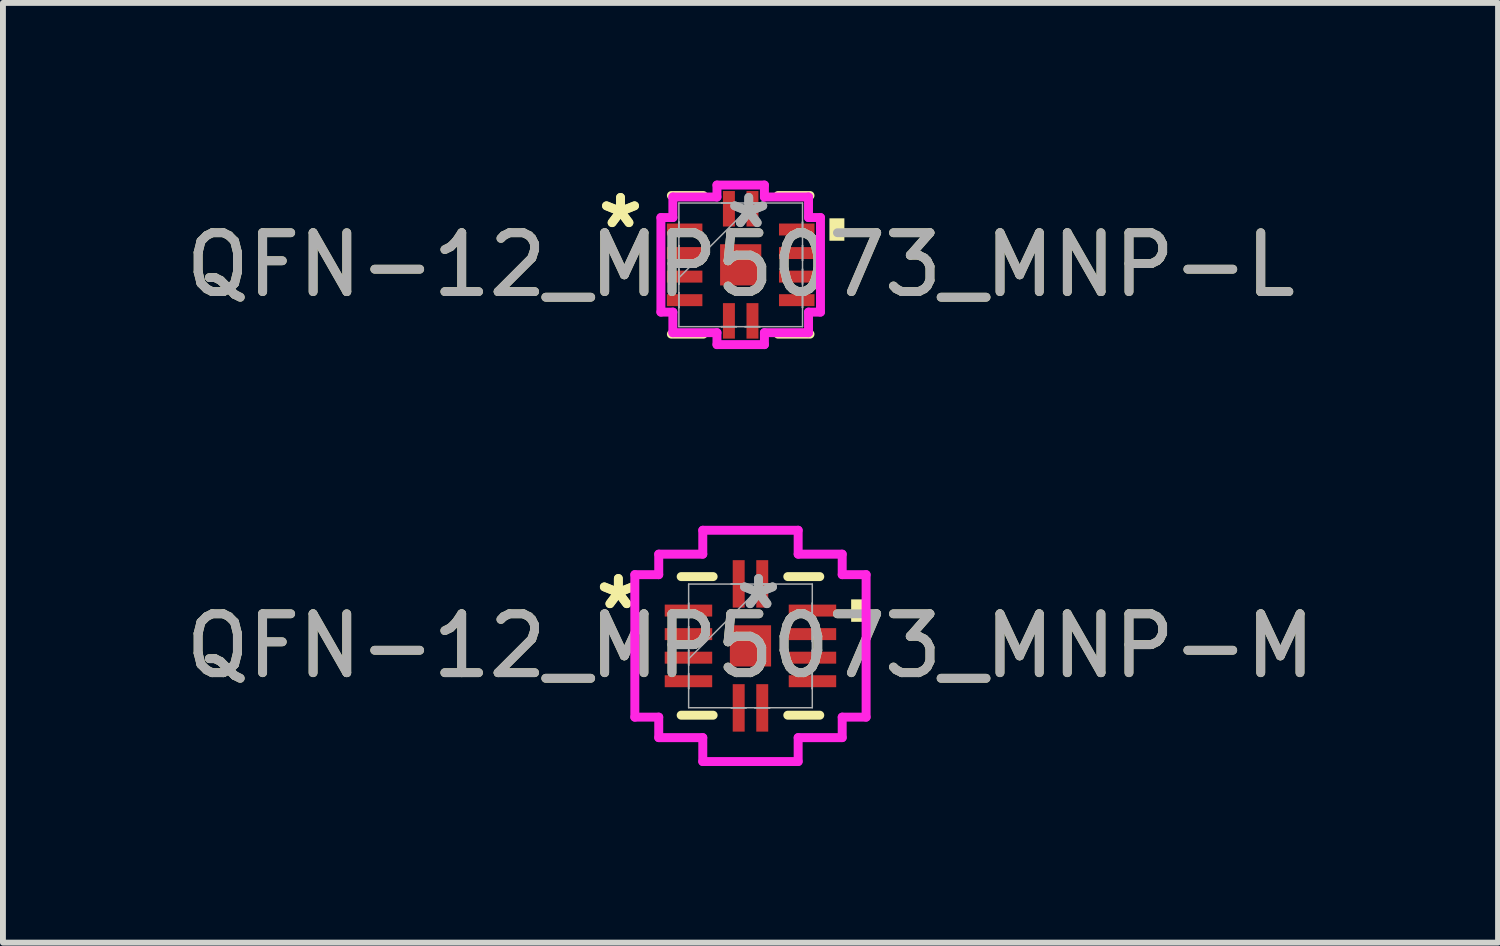
<source format=kicad_pcb>
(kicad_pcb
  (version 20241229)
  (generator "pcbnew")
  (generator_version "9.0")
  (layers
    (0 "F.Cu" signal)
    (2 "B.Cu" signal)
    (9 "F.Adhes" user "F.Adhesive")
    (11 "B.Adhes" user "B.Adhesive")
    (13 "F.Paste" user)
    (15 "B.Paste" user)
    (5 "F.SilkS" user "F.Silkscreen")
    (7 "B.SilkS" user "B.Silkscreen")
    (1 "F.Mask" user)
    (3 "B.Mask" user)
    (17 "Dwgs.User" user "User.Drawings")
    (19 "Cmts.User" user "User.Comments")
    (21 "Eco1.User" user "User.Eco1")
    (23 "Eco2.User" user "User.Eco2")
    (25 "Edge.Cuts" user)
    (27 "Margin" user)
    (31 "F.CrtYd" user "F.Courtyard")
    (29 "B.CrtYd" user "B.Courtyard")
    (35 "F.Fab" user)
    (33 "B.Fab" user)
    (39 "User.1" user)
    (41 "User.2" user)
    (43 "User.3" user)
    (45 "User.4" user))
  (footprint "QFN-12_MP5073_MNP-L"
    (layer "F.Cu")
    (at 9.53 1.448)
    (property "Reference" "QFN-12_MP5073_MNP-L" (at 0 0 0) (unlocked yes) (layer "F.SilkS") (effects (font (size 1 1) (thickness 0.15))))
    (attr smd)
    (fp_line (start -1.177 1.177) (end -0.634 1.177) (stroke (width 0.152) (type solid)) (layer "F.SilkS"))
    (fp_line (start -0.634 -1.177) (end -1.177 -1.177) (stroke (width 0.152) (type solid)) (layer "F.SilkS"))
    (fp_line (start 0.634 1.177) (end 1.177 1.177) (stroke (width 0.152) (type solid)) (layer "F.SilkS"))
    (fp_line (start 1.177 -1.177) (end 0.634 -1.177) (stroke (width 0.152) (type solid)) (layer "F.SilkS"))
    (fp_poly (pts (xy 1.761 -0.79) (xy 1.761 -0.409) (xy 1.507 -0.409) (xy 1.507 -0.79)) (stroke (width 0) (type solid)) (fill yes) (layer "F.SilkS"))
    (fp_line (start -1.355 -0.803) (end -1.152 -0.803) (stroke (width 0.152) (type solid)) (layer "F.CrtYd"))
    (fp_line (start -1.355 0.803) (end -1.355 -0.803) (stroke (width 0.152) (type solid)) (layer "F.CrtYd"))
    (fp_line (start -1.152 -1.152) (end -0.403 -1.152) (stroke (width 0.152) (type solid)) (layer "F.CrtYd"))
    (fp_line (start -1.152 -0.803) (end -1.152 -1.152) (stroke (width 0.152) (type solid)) (layer "F.CrtYd"))
    (fp_line (start -1.152 0.803) (end -1.355 0.803) (stroke (width 0.152) (type solid)) (layer "F.CrtYd"))
    (fp_line (start -1.152 1.152) (end -1.152 0.803) (stroke (width 0.152) (type solid)) (layer "F.CrtYd"))
    (fp_line (start -0.403 -1.355) (end 0.403 -1.355) (stroke (width 0.152) (type solid)) (layer "F.CrtYd"))
    (fp_line (start -0.403 -1.152) (end -0.403 -1.355) (stroke (width 0.152) (type solid)) (layer "F.CrtYd"))
    (fp_line (start -0.403 1.152) (end -1.152 1.152) (stroke (width 0.152) (type solid)) (layer "F.CrtYd"))
    (fp_line (start -0.403 1.355) (end -0.403 1.152) (stroke (width 0.152) (type solid)) (layer "F.CrtYd"))
    (fp_line (start 0.403 -1.355) (end 0.403 -1.152) (stroke (width 0.152) (type solid)) (layer "F.CrtYd"))
    (fp_line (start 0.403 -1.152) (end 1.152 -1.152) (stroke (width 0.152) (type solid)) (layer "F.CrtYd"))
    (fp_line (start 0.403 1.152) (end 0.403 1.355) (stroke (width 0.152) (type solid)) (layer "F.CrtYd"))
    (fp_line (start 0.403 1.355) (end -0.403 1.355) (stroke (width 0.152) (type solid)) (layer "F.CrtYd"))
    (fp_line (start 1.152 -1.152) (end 1.152 -0.803) (stroke (width 0.152) (type solid)) (layer "F.CrtYd"))
    (fp_line (start 1.152 -0.803) (end 1.355 -0.803) (stroke (width 0.152) (type solid)) (layer "F.CrtYd"))
    (fp_line (start 1.152 0.803) (end 1.152 1.152) (stroke (width 0.152) (type solid)) (layer "F.CrtYd"))
    (fp_line (start 1.152 1.152) (end 0.403 1.152) (stroke (width 0.152) (type solid)) (layer "F.CrtYd"))
    (fp_line (start 1.355 -0.803) (end 1.355 0.803) (stroke (width 0.152) (type solid)) (layer "F.CrtYd"))
    (fp_line (start 1.355 0.803) (end 1.152 0.803) (stroke (width 0.152) (type solid)) (layer "F.CrtYd"))
    (fp_line (start -1.05 -1.05) (end -1.05 1.05) (stroke (width 0.025) (type solid)) (layer "F.Fab"))
    (fp_line (start -1.05 -0.727) (end -1.05 -0.727) (stroke (width 0.025) (type solid)) (layer "F.Fab"))
    (fp_line (start -1.05 -0.727) (end -1.05 -0.473) (stroke (width 0.025) (type solid)) (layer "F.Fab"))
    (fp_line (start -1.05 -0.473) (end -1.05 -0.727) (stroke (width 0.025) (type solid)) (layer "F.Fab"))
    (fp_line (start -1.05 -0.473) (end -1.05 -0.473) (stroke (width 0.025) (type solid)) (layer "F.Fab"))
    (fp_line (start -1.05 -0.327) (end -1.05 -0.327) (stroke (width 0.025) (type solid)) (layer "F.Fab"))
    (fp_line (start -1.05 -0.327) (end -1.05 -0.073) (stroke (width 0.025) (type solid)) (layer "F.Fab"))
    (fp_line (start -1.05 -0.073) (end -1.05 -0.327) (stroke (width 0.025) (type solid)) (layer "F.Fab"))
    (fp_line (start -1.05 -0.073) (end -1.05 -0.073) (stroke (width 0.025) (type solid)) (layer "F.Fab"))
    (fp_line (start -1.05 0.073) (end -1.05 0.073) (stroke (width 0.025) (type solid)) (layer "F.Fab"))
    (fp_line (start -1.05 0.073) (end -1.05 0.327) (stroke (width 0.025) (type solid)) (layer "F.Fab"))
    (fp_line (start -1.05 0.22) (end 0.22 -1.05) (stroke (width 0.025) (type solid)) (layer "F.Fab"))
    (fp_line (start -1.05 0.327) (end -1.05 0.073) (stroke (width 0.025) (type solid)) (layer "F.Fab"))
    (fp_line (start -1.05 0.327) (end -1.05 0.327) (stroke (width 0.025) (type solid)) (layer "F.Fab"))
    (fp_line (start -1.05 0.473) (end -1.05 0.473) (stroke (width 0.025) (type solid)) (layer "F.Fab"))
    (fp_line (start -1.05 0.473) (end -1.05 0.727) (stroke (width 0.025) (type solid)) (layer "F.Fab"))
    (fp_line (start -1.05 0.727) (end -1.05 0.473) (stroke (width 0.025) (type solid)) (layer "F.Fab"))
    (fp_line (start -1.05 0.727) (end -1.05 0.727) (stroke (width 0.025) (type solid)) (layer "F.Fab"))
    (fp_line (start -1.05 1.05) (end 1.05 1.05) (stroke (width 0.025) (type solid)) (layer "F.Fab"))
    (fp_line (start -0.327 -1.05) (end -0.327 -1.05) (stroke (width 0.025) (type solid)) (layer "F.Fab"))
    (fp_line (start -0.327 -1.05) (end -0.073 -1.05) (stroke (width 0.025) (type solid)) (layer "F.Fab"))
    (fp_line (start -0.327 1.05) (end -0.327 1.05) (stroke (width 0.025) (type solid)) (layer "F.Fab"))
    (fp_line (start -0.327 1.05) (end -0.073 1.05) (stroke (width 0.025) (type solid)) (layer "F.Fab"))
    (fp_line (start -0.073 -1.05) (end -0.327 -1.05) (stroke (width 0.025) (type solid)) (layer "F.Fab"))
    (fp_line (start -0.073 -1.05) (end -0.073 -1.05) (stroke (width 0.025) (type solid)) (layer "F.Fab"))
    (fp_line (start -0.073 1.05) (end -0.327 1.05) (stroke (width 0.025) (type solid)) (layer "F.Fab"))
    (fp_line (start -0.073 1.05) (end -0.073 1.05) (stroke (width 0.025) (type solid)) (layer "F.Fab"))
    (fp_line (start 0.073 -1.05) (end 0.073 -1.05) (stroke (width 0.025) (type solid)) (layer "F.Fab"))
    (fp_line (start 0.073 -1.05) (end 0.327 -1.05) (stroke (width 0.025) (type solid)) (layer "F.Fab"))
    (fp_line (start 0.073 1.05) (end 0.073 1.05) (stroke (width 0.025) (type solid)) (layer "F.Fab"))
    (fp_line (start 0.073 1.05) (end 0.327 1.05) (stroke (width 0.025) (type solid)) (layer "F.Fab"))
    (fp_line (start 0.327 -1.05) (end 0.073 -1.05) (stroke (width 0.025) (type solid)) (layer "F.Fab"))
    (fp_line (start 0.327 -1.05) (end 0.327 -1.05) (stroke (width 0.025) (type solid)) (layer "F.Fab"))
    (fp_line (start 0.327 1.05) (end 0.073 1.05) (stroke (width 0.025) (type solid)) (layer "F.Fab"))
    (fp_line (start 0.327 1.05) (end 0.327 1.05) (stroke (width 0.025) (type solid)) (layer "F.Fab"))
    (fp_line (start 1.05 -1.05) (end -1.05 -1.05) (stroke (width 0.025) (type solid)) (layer "F.Fab"))
    (fp_line (start 1.05 -0.727) (end 1.05 -0.727) (stroke (width 0.025) (type solid)) (layer "F.Fab"))
    (fp_line (start 1.05 -0.727) (end 1.05 -0.473) (stroke (width 0.025) (type solid)) (layer "F.Fab"))
    (fp_line (start 1.05 -0.473) (end 1.05 -0.727) (stroke (width 0.025) (type solid)) (layer "F.Fab"))
    (fp_line (start 1.05 -0.473) (end 1.05 -0.473) (stroke (width 0.025) (type solid)) (layer "F.Fab"))
    (fp_line (start 1.05 -0.327) (end 1.05 -0.327) (stroke (width 0.025) (type solid)) (layer "F.Fab"))
    (fp_line (start 1.05 -0.327) (end 1.05 -0.073) (stroke (width 0.025) (type solid)) (layer "F.Fab"))
    (fp_line (start 1.05 -0.073) (end 1.05 -0.327) (stroke (width 0.025) (type solid)) (layer "F.Fab"))
    (fp_line (start 1.05 -0.073) (end 1.05 -0.073) (stroke (width 0.025) (type solid)) (layer "F.Fab"))
    (fp_line (start 1.05 0.073) (end 1.05 0.073) (stroke (width 0.025) (type solid)) (layer "F.Fab"))
    (fp_line (start 1.05 0.073) (end 1.05 0.327) (stroke (width 0.025) (type solid)) (layer "F.Fab"))
    (fp_line (start 1.05 0.327) (end 1.05 0.073) (stroke (width 0.025) (type solid)) (layer "F.Fab"))
    (fp_line (start 1.05 0.327) (end 1.05 0.327) (stroke (width 0.025) (type solid)) (layer "F.Fab"))
    (fp_line (start 1.05 0.473) (end 1.05 0.473) (stroke (width 0.025) (type solid)) (layer "F.Fab"))
    (fp_line (start 1.05 0.473) (end 1.05 0.727) (stroke (width 0.025) (type solid)) (layer "F.Fab"))
    (fp_line (start 1.05 0.727) (end 1.05 0.473) (stroke (width 0.025) (type solid)) (layer "F.Fab"))
    (fp_line (start 1.05 0.727) (end 1.05 0.727) (stroke (width 0.025) (type solid)) (layer "F.Fab"))
    (fp_line (start 1.05 1.05) (end 1.05 -1.05) (stroke (width 0.025) (type solid)) (layer "F.Fab"))
    (fp_text user "*" (at -2.041 -0.6 0) (unlocked yes) (layer "F.SilkS") (effects (font (size 1 1) (thickness 0.15))))
    (fp_text user "*" (at -2.041 -0.6 0) (layer "F.SilkS") (effects (font (size 1 1) (thickness 0.15))))
    (fp_text user "*" (at 0.137 -0.6 0) (unlocked yes) (layer "F.Fab") (effects (font (size 1 1) (thickness 0.15))))
    (fp_text user "*" (at 0.137 -0.6 0) (layer "F.Fab") (effects (font (size 1 1) (thickness 0.15))))
    (fp_text user "${REFERENCE}" (at 0 0 0) (unlocked yes) (layer "F.Fab") (effects (font (size 1 1) (thickness 0.15))))
    (pad "1" smd rect (at -0.952 -0.6 90) (size 0.203 0.603) (layers "F.Cu" "F.Mask" "F.Paste"))
    (pad "2" smd rect (at -0.952 -0.2 90) (size 0.203 0.603) (layers "F.Cu" "F.Mask" "F.Paste"))
    (pad "3" smd rect (at -0.952 0.2 90) (size 0.203 0.603) (layers "F.Cu" "F.Mask" "F.Paste"))
    (pad "4" smd rect (at -0.952 0.6 90) (size 0.203 0.603) (layers "F.Cu" "F.Mask" "F.Paste"))
    (pad "5" smd rect (at -0.2 0.952) (size 0.203 0.603) (layers "F.Cu" "F.Mask" "F.Paste"))
    (pad "6" smd rect (at 0.2 0.952) (size 0.203 0.603) (layers "F.Cu" "F.Mask" "F.Paste"))
    (pad "7" smd rect (at 0.952 0.6 90) (size 0.203 0.603) (layers "F.Cu" "F.Mask" "F.Paste"))
    (pad "8" smd rect (at 0.952 0.2 90) (size 0.203 0.603) (layers "F.Cu" "F.Mask" "F.Paste"))
    (pad "9" smd rect (at 0.952 -0.2 90) (size 0.203 0.603) (layers "F.Cu" "F.Mask" "F.Paste"))
    (pad "10" smd rect (at 0.952 -0.6 90) (size 0.203 0.603) (layers "F.Cu" "F.Mask" "F.Paste"))
    (pad "11" smd rect (at 0.2 -0.952) (size 0.203 0.603) (layers "F.Cu" "F.Mask" "F.Paste"))
    (pad "12" smd rect (at -0.2 -0.952) (size 0.203 0.603) (layers "F.Cu" "F.Mask" "F.Paste"))
    (pad "13" smd rect (at 0 0) (size 0.7 0.7) (layers "F.Cu" "F.Mask" "F.Paste")))
  (footprint "QFN-12_MP5073_MNP-M"
    (layer "F.Cu")
    (at 9.696 7.92)
    (property "Reference" "QFN-12_MP5073_MNP-M" (at 0 0 0) (unlocked yes) (layer "F.SilkS") (effects (font (size 1 1) (thickness 0.15))))
    (attr smd)
    (fp_line (start -1.177 1.177) (end -0.634 1.177) (stroke (width 0.152) (type solid)) (layer "F.SilkS"))
    (fp_line (start -0.634 -1.177) (end -1.177 -1.177) (stroke (width 0.152) (type solid)) (layer "F.SilkS"))
    (fp_line (start 0.634 1.177) (end 1.177 1.177) (stroke (width 0.152) (type solid)) (layer "F.SilkS"))
    (fp_line (start 1.177 -1.177) (end 0.634 -1.177) (stroke (width 0.152) (type solid)) (layer "F.SilkS"))
    (fp_poly (pts (xy 1.964 -0.79) (xy 1.964 -0.409) (xy 1.71 -0.409) (xy 1.71 -0.79)) (stroke (width 0) (type solid)) (fill yes) (layer "F.SilkS"))
    (fp_line (start -1.964 -1.21) (end -1.558 -1.21) (stroke (width 0.152) (type solid)) (layer "F.CrtYd"))
    (fp_line (start -1.964 1.21) (end -1.964 -1.21) (stroke (width 0.152) (type solid)) (layer "F.CrtYd"))
    (fp_line (start -1.558 -1.558) (end -0.81 -1.558) (stroke (width 0.152) (type solid)) (layer "F.CrtYd"))
    (fp_line (start -1.558 -1.21) (end -1.558 -1.558) (stroke (width 0.152) (type solid)) (layer "F.CrtYd"))
    (fp_line (start -1.558 1.21) (end -1.964 1.21) (stroke (width 0.152) (type solid)) (layer "F.CrtYd"))
    (fp_line (start -1.558 1.558) (end -1.558 1.21) (stroke (width 0.152) (type solid)) (layer "F.CrtYd"))
    (fp_line (start -0.81 -1.964) (end 0.81 -1.964) (stroke (width 0.152) (type solid)) (layer "F.CrtYd"))
    (fp_line (start -0.81 -1.558) (end -0.81 -1.964) (stroke (width 0.152) (type solid)) (layer "F.CrtYd"))
    (fp_line (start -0.81 1.558) (end -1.558 1.558) (stroke (width 0.152) (type solid)) (layer "F.CrtYd"))
    (fp_line (start -0.81 1.964) (end -0.81 1.558) (stroke (width 0.152) (type solid)) (layer "F.CrtYd"))
    (fp_line (start 0.81 -1.964) (end 0.81 -1.558) (stroke (width 0.152) (type solid)) (layer "F.CrtYd"))
    (fp_line (start 0.81 -1.558) (end 1.558 -1.558) (stroke (width 0.152) (type solid)) (layer "F.CrtYd"))
    (fp_line (start 0.81 1.558) (end 0.81 1.964) (stroke (width 0.152) (type solid)) (layer "F.CrtYd"))
    (fp_line (start 0.81 1.964) (end -0.81 1.964) (stroke (width 0.152) (type solid)) (layer "F.CrtYd"))
    (fp_line (start 1.558 -1.558) (end 1.558 -1.21) (stroke (width 0.152) (type solid)) (layer "F.CrtYd"))
    (fp_line (start 1.558 -1.21) (end 1.964 -1.21) (stroke (width 0.152) (type solid)) (layer "F.CrtYd"))
    (fp_line (start 1.558 1.21) (end 1.558 1.558) (stroke (width 0.152) (type solid)) (layer "F.CrtYd"))
    (fp_line (start 1.558 1.558) (end 0.81 1.558) (stroke (width 0.152) (type solid)) (layer "F.CrtYd"))
    (fp_line (start 1.964 -1.21) (end 1.964 1.21) (stroke (width 0.152) (type solid)) (layer "F.CrtYd"))
    (fp_line (start 1.964 1.21) (end 1.558 1.21) (stroke (width 0.152) (type solid)) (layer "F.CrtYd"))
    (fp_line (start -1.05 -1.05) (end -1.05 1.05) (stroke (width 0.025) (type solid)) (layer "F.Fab"))
    (fp_line (start -1.05 -0.727) (end -1.05 -0.727) (stroke (width 0.025) (type solid)) (layer "F.Fab"))
    (fp_line (start -1.05 -0.727) (end -1.05 -0.473) (stroke (width 0.025) (type solid)) (layer "F.Fab"))
    (fp_line (start -1.05 -0.473) (end -1.05 -0.727) (stroke (width 0.025) (type solid)) (layer "F.Fab"))
    (fp_line (start -1.05 -0.473) (end -1.05 -0.473) (stroke (width 0.025) (type solid)) (layer "F.Fab"))
    (fp_line (start -1.05 -0.327) (end -1.05 -0.327) (stroke (width 0.025) (type solid)) (layer "F.Fab"))
    (fp_line (start -1.05 -0.327) (end -1.05 -0.073) (stroke (width 0.025) (type solid)) (layer "F.Fab"))
    (fp_line (start -1.05 -0.073) (end -1.05 -0.327) (stroke (width 0.025) (type solid)) (layer "F.Fab"))
    (fp_line (start -1.05 -0.073) (end -1.05 -0.073) (stroke (width 0.025) (type solid)) (layer "F.Fab"))
    (fp_line (start -1.05 0.073) (end -1.05 0.073) (stroke (width 0.025) (type solid)) (layer "F.Fab"))
    (fp_line (start -1.05 0.073) (end -1.05 0.327) (stroke (width 0.025) (type solid)) (layer "F.Fab"))
    (fp_line (start -1.05 0.22) (end 0.22 -1.05) (stroke (width 0.025) (type solid)) (layer "F.Fab"))
    (fp_line (start -1.05 0.327) (end -1.05 0.073) (stroke (width 0.025) (type solid)) (layer "F.Fab"))
    (fp_line (start -1.05 0.327) (end -1.05 0.327) (stroke (width 0.025) (type solid)) (layer "F.Fab"))
    (fp_line (start -1.05 0.473) (end -1.05 0.473) (stroke (width 0.025) (type solid)) (layer "F.Fab"))
    (fp_line (start -1.05 0.473) (end -1.05 0.727) (stroke (width 0.025) (type solid)) (layer "F.Fab"))
    (fp_line (start -1.05 0.727) (end -1.05 0.473) (stroke (width 0.025) (type solid)) (layer "F.Fab"))
    (fp_line (start -1.05 0.727) (end -1.05 0.727) (stroke (width 0.025) (type solid)) (layer "F.Fab"))
    (fp_line (start -1.05 1.05) (end 1.05 1.05) (stroke (width 0.025) (type solid)) (layer "F.Fab"))
    (fp_line (start -0.327 -1.05) (end -0.327 -1.05) (stroke (width 0.025) (type solid)) (layer "F.Fab"))
    (fp_line (start -0.327 -1.05) (end -0.073 -1.05) (stroke (width 0.025) (type solid)) (layer "F.Fab"))
    (fp_line (start -0.327 1.05) (end -0.327 1.05) (stroke (width 0.025) (type solid)) (layer "F.Fab"))
    (fp_line (start -0.327 1.05) (end -0.073 1.05) (stroke (width 0.025) (type solid)) (layer "F.Fab"))
    (fp_line (start -0.073 -1.05) (end -0.327 -1.05) (stroke (width 0.025) (type solid)) (layer "F.Fab"))
    (fp_line (start -0.073 -1.05) (end -0.073 -1.05) (stroke (width 0.025) (type solid)) (layer "F.Fab"))
    (fp_line (start -0.073 1.05) (end -0.327 1.05) (stroke (width 0.025) (type solid)) (layer "F.Fab"))
    (fp_line (start -0.073 1.05) (end -0.073 1.05) (stroke (width 0.025) (type solid)) (layer "F.Fab"))
    (fp_line (start 0.073 -1.05) (end 0.073 -1.05) (stroke (width 0.025) (type solid)) (layer "F.Fab"))
    (fp_line (start 0.073 -1.05) (end 0.327 -1.05) (stroke (width 0.025) (type solid)) (layer "F.Fab"))
    (fp_line (start 0.073 1.05) (end 0.073 1.05) (stroke (width 0.025) (type solid)) (layer "F.Fab"))
    (fp_line (start 0.073 1.05) (end 0.327 1.05) (stroke (width 0.025) (type solid)) (layer "F.Fab"))
    (fp_line (start 0.327 -1.05) (end 0.073 -1.05) (stroke (width 0.025) (type solid)) (layer "F.Fab"))
    (fp_line (start 0.327 -1.05) (end 0.327 -1.05) (stroke (width 0.025) (type solid)) (layer "F.Fab"))
    (fp_line (start 0.327 1.05) (end 0.073 1.05) (stroke (width 0.025) (type solid)) (layer "F.Fab"))
    (fp_line (start 0.327 1.05) (end 0.327 1.05) (stroke (width 0.025) (type solid)) (layer "F.Fab"))
    (fp_line (start 1.05 -1.05) (end -1.05 -1.05) (stroke (width 0.025) (type solid)) (layer "F.Fab"))
    (fp_line (start 1.05 -0.727) (end 1.05 -0.727) (stroke (width 0.025) (type solid)) (layer "F.Fab"))
    (fp_line (start 1.05 -0.727) (end 1.05 -0.473) (stroke (width 0.025) (type solid)) (layer "F.Fab"))
    (fp_line (start 1.05 -0.473) (end 1.05 -0.727) (stroke (width 0.025) (type solid)) (layer "F.Fab"))
    (fp_line (start 1.05 -0.473) (end 1.05 -0.473) (stroke (width 0.025) (type solid)) (layer "F.Fab"))
    (fp_line (start 1.05 -0.327) (end 1.05 -0.327) (stroke (width 0.025) (type solid)) (layer "F.Fab"))
    (fp_line (start 1.05 -0.327) (end 1.05 -0.073) (stroke (width 0.025) (type solid)) (layer "F.Fab"))
    (fp_line (start 1.05 -0.073) (end 1.05 -0.327) (stroke (width 0.025) (type solid)) (layer "F.Fab"))
    (fp_line (start 1.05 -0.073) (end 1.05 -0.073) (stroke (width 0.025) (type solid)) (layer "F.Fab"))
    (fp_line (start 1.05 0.073) (end 1.05 0.073) (stroke (width 0.025) (type solid)) (layer "F.Fab"))
    (fp_line (start 1.05 0.073) (end 1.05 0.327) (stroke (width 0.025) (type solid)) (layer "F.Fab"))
    (fp_line (start 1.05 0.327) (end 1.05 0.073) (stroke (width 0.025) (type solid)) (layer "F.Fab"))
    (fp_line (start 1.05 0.327) (end 1.05 0.327) (stroke (width 0.025) (type solid)) (layer "F.Fab"))
    (fp_line (start 1.05 0.473) (end 1.05 0.473) (stroke (width 0.025) (type solid)) (layer "F.Fab"))
    (fp_line (start 1.05 0.473) (end 1.05 0.727) (stroke (width 0.025) (type solid)) (layer "F.Fab"))
    (fp_line (start 1.05 0.727) (end 1.05 0.473) (stroke (width 0.025) (type solid)) (layer "F.Fab"))
    (fp_line (start 1.05 0.727) (end 1.05 0.727) (stroke (width 0.025) (type solid)) (layer "F.Fab"))
    (fp_line (start 1.05 1.05) (end 1.05 -1.05) (stroke (width 0.025) (type solid)) (layer "F.Fab"))
    (fp_text user "*" (at -2.244 -0.6 0) (layer "F.SilkS") (effects (font (size 1 1) (thickness 0.15))))
    (fp_text user "*" (at -2.244 -0.6 0) (unlocked yes) (layer "F.SilkS") (effects (font (size 1 1) (thickness 0.15))))
    (fp_text user "*" (at 0.137 -0.6 0) (unlocked yes) (layer "F.Fab") (effects (font (size 1 1) (thickness 0.15))))
    (fp_text user "${REFERENCE}" (at 0 0 0) (unlocked yes) (layer "F.Fab") (effects (font (size 1 1) (thickness 0.15))))
    (fp_text user "*" (at 0.137 -0.6 0) (layer "F.Fab") (effects (font (size 1 1) (thickness 0.15))))
    (pad "1" smd rect (at -1.053 -0.6 90) (size 0.203 0.806) (layers "F.Cu" "F.Mask" "F.Paste"))
    (pad "2" smd rect (at -1.053 -0.2 90) (size 0.203 0.806) (layers "F.Cu" "F.Mask" "F.Paste"))
    (pad "3" smd rect (at -1.053 0.2 90) (size 0.203 0.806) (layers "F.Cu" "F.Mask" "F.Paste"))
    (pad "4" smd rect (at -1.053 0.6 90) (size 0.203 0.806) (layers "F.Cu" "F.Mask" "F.Paste"))
    (pad "5" smd rect (at -0.2 1.053) (size 0.203 0.806) (layers "F.Cu" "F.Mask" "F.Paste"))
    (pad "6" smd rect (at 0.2 1.053) (size 0.203 0.806) (layers "F.Cu" "F.Mask" "F.Paste"))
    (pad "7" smd rect (at 1.053 0.6 90) (size 0.203 0.806) (layers "F.Cu" "F.Mask" "F.Paste"))
    (pad "8" smd rect (at 1.053 0.2 90) (size 0.203 0.806) (layers "F.Cu" "F.Mask" "F.Paste"))
    (pad "9" smd rect (at 1.053 -0.2 90) (size 0.203 0.806) (layers "F.Cu" "F.Mask" "F.Paste"))
    (pad "10" smd rect (at 1.053 -0.6 90) (size 0.203 0.806) (layers "F.Cu" "F.Mask" "F.Paste"))
    (pad "11" smd rect (at 0.2 -1.053) (size 0.203 0.806) (layers "F.Cu" "F.Mask" "F.Paste"))
    (pad "12" smd rect (at -0.2 -1.053) (size 0.203 0.806) (layers "F.Cu" "F.Mask" "F.Paste"))
    (pad "13" smd rect (at 0 0) (size 0.7 0.7) (layers "F.Cu" "F.Mask" "F.Paste")))
  (gr_rect
    (start -3 -3)
    (end 22.393 12.96)
    (stroke (width 0.1) (type default))
    (fill no)
    (layer "Edge.Cuts")))
</source>
